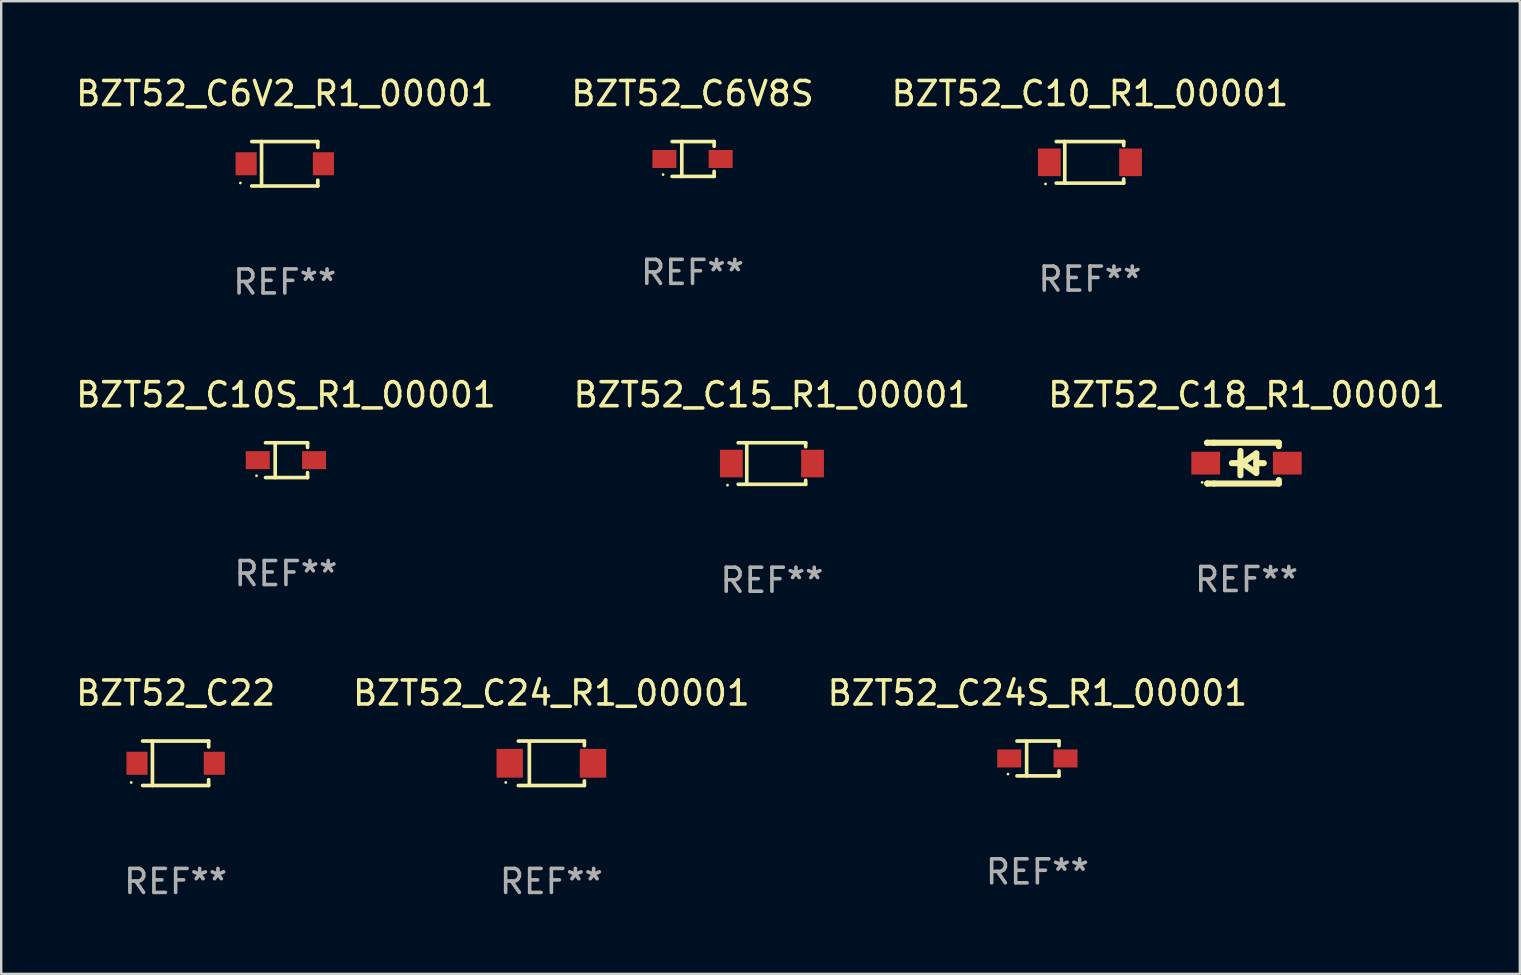
<source format=kicad_pcb>
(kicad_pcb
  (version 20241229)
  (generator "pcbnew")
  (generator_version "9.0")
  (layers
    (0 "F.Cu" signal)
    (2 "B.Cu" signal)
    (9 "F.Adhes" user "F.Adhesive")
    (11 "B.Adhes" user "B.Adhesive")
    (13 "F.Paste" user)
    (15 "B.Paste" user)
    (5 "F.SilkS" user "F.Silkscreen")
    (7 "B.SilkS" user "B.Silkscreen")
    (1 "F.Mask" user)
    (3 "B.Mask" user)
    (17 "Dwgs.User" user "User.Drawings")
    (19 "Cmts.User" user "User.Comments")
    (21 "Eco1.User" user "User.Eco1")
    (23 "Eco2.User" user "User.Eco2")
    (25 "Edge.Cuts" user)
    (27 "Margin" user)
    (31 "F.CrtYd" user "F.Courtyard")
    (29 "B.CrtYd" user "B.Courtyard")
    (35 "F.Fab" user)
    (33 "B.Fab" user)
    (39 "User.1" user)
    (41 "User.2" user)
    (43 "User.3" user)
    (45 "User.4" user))
  (footprint "BZT52_C24S_R1_00001"
    (layer "F.Cu")
    (at 40.173 28.552)
    (property "Reference" "BZT52_C24S_R1_00001" (at 0 -2.726 0) (layer "F.SilkS") (effects (font (size 1 1) (thickness 0.15))))
    (attr through_hole)
    (fp_line (start -0.851 -0.726) (end 0.901 -0.726) (stroke (width 0.152) (type solid)) (layer "F.SilkS"))
    (fp_line (start -0.851 0.726) (end 0.901 0.726) (stroke (width 0.152) (type solid)) (layer "F.SilkS"))
    (fp_line (start -0.447 -0.726) (end -0.447 0.726) (stroke (width 0.152) (type solid)) (layer "F.SilkS"))
    (fp_line (start 0.901 -0.726) (end 0.901 -0.53) (stroke (width 0.152) (type solid)) (layer "F.SilkS"))
    (fp_line (start 0.901 0.726) (end 0.901 0.52) (stroke (width 0.152) (type solid)) (layer "F.SilkS"))
    (fp_circle (center -1.225 0.65) (end -1.195 0.65) (stroke (width 0.06) (type solid)) (fill no) (layer "F.SilkS"))
    (fp_text user "REF**" (at 0 4.726 0) (layer "F.Fab") (effects (font (size 1 1) (thickness 0.15))))
    (pad "1" smd rect (at -1.173 0) (size 1 0.75) (layers "F.Cu" "F.Mask" "F.Paste"))
    (pad "2" smd rect (at 1.173 0) (size 1 0.75) (layers "F.Cu" "F.Mask" "F.Paste")))
  (footprint "BZT52_C15_R1_00001"
    (layer "F.Cu")
    (at 29.113 16.263)
    (property "Reference" "BZT52_C15_R1_00001" (at 0 -2.866 0) (layer "F.SilkS") (effects (font (size 1 1) (thickness 0.15))))
    (attr through_hole)
    (fp_line (start -1.406 -0.866) (end 1.406 -0.866) (stroke (width 0.152) (type solid)) (layer "F.SilkS"))
    (fp_line (start -1.406 0.866) (end 1.406 0.866) (stroke (width 0.152) (type solid)) (layer "F.SilkS"))
    (fp_line (start -1.049 -0.866) (end -1.049 0.866) (stroke (width 0.152) (type solid)) (layer "F.SilkS"))
    (fp_line (start 1.406 -0.866) (end 1.406 -0.698) (stroke (width 0.152) (type solid)) (layer "F.SilkS"))
    (fp_line (start 1.406 0.866) (end 1.406 0.698) (stroke (width 0.152) (type solid)) (layer "F.SilkS"))
    (fp_circle (center -1.851 0.9) (end -1.821 0.9) (stroke (width 0.06) (type solid)) (fill no) (layer "F.SilkS"))
    (fp_text user "REF**" (at 0 4.866 0) (layer "F.Fab") (effects (font (size 1 1) (thickness 0.15))))
    (pad "1" smd rect (at -1.692 0) (size 0.95 1.15) (layers "F.Cu" "F.Mask" "F.Paste"))
    (pad "2" smd rect (at 1.692 0) (size 0.95 1.15) (layers "F.Cu" "F.Mask" "F.Paste")))
  (footprint "BZT52_C24_R1_00001"
    (layer "F.Cu")
    (at 19.923 28.752)
    (property "Reference" "BZT52_C24_R1_00001" (at 0 -2.926 0) (layer "F.SilkS") (effects (font (size 1 1) (thickness 0.15))))
    (attr through_hole)
    (fp_line (start -1.376 -0.926) (end 1.376 -0.926) (stroke (width 0.152) (type solid)) (layer "F.SilkS"))
    (fp_line (start -1.376 0.926) (end 1.376 0.926) (stroke (width 0.152) (type solid)) (layer "F.SilkS"))
    (fp_line (start -0.917 -0.876) (end -0.917 0.876) (stroke (width 0.152) (type solid)) (layer "F.SilkS"))
    (fp_line (start 1.376 -0.926) (end 1.376 -0.733) (stroke (width 0.152) (type solid)) (layer "F.SilkS"))
    (fp_line (start 1.376 0.926) (end 1.376 0.733) (stroke (width 0.152) (type solid)) (layer "F.SilkS"))
    (fp_circle (center -1.9 0.8) (end -1.87 0.8) (stroke (width 0.06) (type solid)) (fill no) (layer "F.SilkS"))
    (fp_text user "REF**" (at 0 4.926 0) (layer "F.Fab") (effects (font (size 1 1) (thickness 0.15))))
    (pad "1" smd rect (at -1.735 -0.000025) (size 1.1 1.2) (layers "F.Cu" "F.Mask" "F.Paste"))
    (pad "2" smd rect (at 1.735 -0.000025) (size 1.1 1.2) (layers "F.Cu" "F.Mask" "F.Paste")))
  (footprint "BZT52_C22"
    (layer "F.Cu")
    (at 4.268 28.752)
    (property "Reference" "BZT52_C22" (at 0 -2.926 0) (layer "F.SilkS") (effects (font (size 1 1) (thickness 0.15))))
    (attr through_hole)
    (fp_line (start -1.376 -0.926) (end 1.376 -0.926) (stroke (width 0.152) (type solid)) (layer "F.SilkS"))
    (fp_line (start -1.376 0.926) (end 1.376 0.926) (stroke (width 0.152) (type solid)) (layer "F.SilkS"))
    (fp_line (start -0.967 -0.926) (end -0.967 0.926) (stroke (width 0.152) (type solid)) (layer "F.SilkS"))
    (fp_line (start 1.376 -0.926) (end 1.376 -0.683) (stroke (width 0.152) (type solid)) (layer "F.SilkS"))
    (fp_line (start 1.376 0.926) (end 1.376 0.683) (stroke (width 0.152) (type solid)) (layer "F.SilkS"))
    (fp_circle (center -1.85 0.8) (end -1.82 0.8) (stroke (width 0.06) (type solid)) (fill no) (layer "F.SilkS"))
    (fp_text user "REF**" (at 0 4.926 0) (layer "F.Fab") (effects (font (size 1 1) (thickness 0.15))))
    (pad "1" smd rect (at -1.61 0) (size 0.88 0.96) (layers "F.Cu" "F.Mask" "F.Paste"))
    (pad "2" smd rect (at 1.61 0) (size 0.88 0.96) (layers "F.Cu" "F.Mask" "F.Paste")))
  (footprint "BZT52_C6V8S"
    (layer "F.Cu")
    (at 25.804 3.574)
    (property "Reference" "BZT52_C6V8S" (at 0 -2.726 0) (layer "F.SilkS") (effects (font (size 1 1) (thickness 0.15))))
    (attr through_hole)
    (fp_line (start -0.851 -0.726) (end 0.901 -0.726) (stroke (width 0.152) (type solid)) (layer "F.SilkS"))
    (fp_line (start -0.851 0.726) (end 0.901 0.726) (stroke (width 0.152) (type solid)) (layer "F.SilkS"))
    (fp_line (start -0.447 -0.726) (end -0.447 0.726) (stroke (width 0.152) (type solid)) (layer "F.SilkS"))
    (fp_line (start 0.901 -0.726) (end 0.901 -0.53) (stroke (width 0.152) (type solid)) (layer "F.SilkS"))
    (fp_line (start 0.901 0.726) (end 0.901 0.52) (stroke (width 0.152) (type solid)) (layer "F.SilkS"))
    (fp_circle (center -1.225 0.65) (end -1.195 0.65) (stroke (width 0.06) (type solid)) (fill no) (layer "F.SilkS"))
    (fp_text user "REF**" (at 0 4.726 0) (layer "F.Fab") (effects (font (size 1 1) (thickness 0.15))))
    (pad "1" smd rect (at -1.173 0) (size 1 0.75) (layers "F.Cu" "F.Mask" "F.Paste"))
    (pad "2" smd rect (at 1.173 0) (size 1 0.75) (layers "F.Cu" "F.Mask" "F.Paste")))
  (footprint "BZT52_C10_R1_00001"
    (layer "F.Cu")
    (at 42.363 3.714)
    (property "Reference" "BZT52_C10_R1_00001" (at 0 -2.866 0) (layer "F.SilkS") (effects (font (size 1 1) (thickness 0.15))))
    (attr through_hole)
    (fp_line (start -1.406 -0.866) (end 1.406 -0.866) (stroke (width 0.152) (type solid)) (layer "F.SilkS"))
    (fp_line (start -1.406 0.866) (end 1.406 0.866) (stroke (width 0.152) (type solid)) (layer "F.SilkS"))
    (fp_line (start -1.049 -0.866) (end -1.049 0.866) (stroke (width 0.152) (type solid)) (layer "F.SilkS"))
    (fp_line (start 1.406 -0.866) (end 1.406 -0.698) (stroke (width 0.152) (type solid)) (layer "F.SilkS"))
    (fp_line (start 1.406 0.866) (end 1.406 0.698) (stroke (width 0.152) (type solid)) (layer "F.SilkS"))
    (fp_circle (center -1.851 0.9) (end -1.821 0.9) (stroke (width 0.06) (type solid)) (fill no) (layer "F.SilkS"))
    (fp_text user "REF**" (at 0 4.866 0) (layer "F.Fab") (effects (font (size 1 1) (thickness 0.15))))
    (pad "1" smd rect (at -1.692 0) (size 0.95 1.15) (layers "F.Cu" "F.Mask" "F.Paste"))
    (pad "2" smd rect (at 1.692 0) (size 0.95 1.15) (layers "F.Cu" "F.Mask" "F.Paste")))
  (footprint "BZT52_C10S_R1_00001"
    (layer "F.Cu")
    (at 8.863 16.123)
    (property "Reference" "BZT52_C10S_R1_00001" (at 0 -2.726 0) (layer "F.SilkS") (effects (font (size 1 1) (thickness 0.15))))
    (attr through_hole)
    (fp_line (start -0.851 -0.726) (end 0.901 -0.726) (stroke (width 0.152) (type solid)) (layer "F.SilkS"))
    (fp_line (start -0.851 0.726) (end 0.901 0.726) (stroke (width 0.152) (type solid)) (layer "F.SilkS"))
    (fp_line (start -0.447 -0.726) (end -0.447 0.726) (stroke (width 0.152) (type solid)) (layer "F.SilkS"))
    (fp_line (start 0.901 -0.726) (end 0.901 -0.53) (stroke (width 0.152) (type solid)) (layer "F.SilkS"))
    (fp_line (start 0.901 0.726) (end 0.901 0.52) (stroke (width 0.152) (type solid)) (layer "F.SilkS"))
    (fp_circle (center -1.225 0.65) (end -1.195 0.65) (stroke (width 0.06) (type solid)) (fill no) (layer "F.SilkS"))
    (fp_text user "REF**" (at 0 4.726 0) (layer "F.Fab") (effects (font (size 1 1) (thickness 0.15))))
    (pad "1" smd rect (at -1.173 0) (size 1 0.75) (layers "F.Cu" "F.Mask" "F.Paste"))
    (pad "2" smd rect (at 1.173 0) (size 1 0.75) (layers "F.Cu" "F.Mask" "F.Paste")))
  (footprint "BZT52_C18_R1_00001"
    (layer "F.Cu")
    (at 48.887 16.247)
    (property "Reference" "BZT52_C18_R1_00001" (at 0 -2.85 0) (layer "F.SilkS") (effects (font (size 1 1) (thickness 0.15))))
    (attr through_hole)
    (fp_line (start -1.643 -0.85) (end -1.644 -0.849) (stroke (width 0.254) (type solid)) (layer "F.SilkS"))
    (fp_line (start -1.638 0.85) (end -1.639 0.849) (stroke (width 0.254) (type solid)) (layer "F.SilkS"))
    (fp_line (start -1.346 -0.85) (end -1.643 -0.85) (stroke (width 0.254) (type solid)) (layer "F.SilkS"))
    (fp_line (start -1.346 -0.85) (end 1.346 -0.85) (stroke (width 0.254) (type solid)) (layer "F.SilkS"))
    (fp_line (start -1.346 0.85) (end -1.638 0.85) (stroke (width 0.254) (type solid)) (layer "F.SilkS"))
    (fp_line (start -0.28 0) (end -0.61 0) (stroke (width 0.254) (type solid)) (layer "F.SilkS"))
    (fp_line (start -0.254 -0.508) (end -0.254 0.508) (stroke (width 0.254) (type solid)) (layer "F.SilkS"))
    (fp_line (start -0.178 0) (end 0.406 -0.406) (stroke (width 0.254) (type solid)) (layer "F.SilkS"))
    (fp_line (start 0.406 -0.406) (end 0.406 0.406) (stroke (width 0.254) (type solid)) (layer "F.SilkS"))
    (fp_line (start 0.406 -0.000254) (end 0.72 -0.000254) (stroke (width 0.254) (type solid)) (layer "F.SilkS"))
    (fp_line (start 0.406 0.406) (end -0.178 0) (stroke (width 0.254) (type solid)) (layer "F.SilkS"))
    (fp_line (start 1.346 -0.85) (end 1.346 -0.706) (stroke (width 0.254) (type solid)) (layer "F.SilkS"))
    (fp_line (start 1.346 0.706) (end 1.346 0.85) (stroke (width 0.254) (type solid)) (layer "F.SilkS"))
    (fp_line (start 1.346 0.85) (end -1.346 0.85) (stroke (width 0.254) (type solid)) (layer "F.SilkS"))
    (fp_circle (center -1.85 0.8) (end -1.82 0.8) (stroke (width 0.06) (type solid)) (fill no) (layer "F.SilkS"))
    (fp_text user "REF**" (at 0 4.85 0) (layer "F.Fab") (effects (font (size 1 1) (thickness 0.15))))
    (pad "1" smd rect (at -1.7 0) (size 1.2 0.95) (layers "F.Cu" "F.Mask" "F.Paste"))
    (pad "2" smd rect (at 1.7 0) (size 1.2 0.95) (layers "F.Cu" "F.Mask" "F.Paste")))
  (footprint "BZT52_C6V2_R1_00001"
    (layer "F.Cu")
    (at 8.815 3.774)
    (property "Reference" "BZT52_C6V2_R1_00001" (at 0 -2.926 0) (layer "F.SilkS") (effects (font (size 1 1) (thickness 0.15))))
    (attr through_hole)
    (fp_line (start -1.376 -0.926) (end 1.376 -0.926) (stroke (width 0.152) (type solid)) (layer "F.SilkS"))
    (fp_line (start -1.376 0.926) (end 1.376 0.926) (stroke (width 0.152) (type solid)) (layer "F.SilkS"))
    (fp_line (start -0.967 -0.926) (end -0.967 0.926) (stroke (width 0.152) (type solid)) (layer "F.SilkS"))
    (fp_line (start 1.376 -0.926) (end 1.376 -0.683) (stroke (width 0.152) (type solid)) (layer "F.SilkS"))
    (fp_line (start 1.376 0.926) (end 1.376 0.683) (stroke (width 0.152) (type solid)) (layer "F.SilkS"))
    (fp_circle (center -1.85 0.8) (end -1.82 0.8) (stroke (width 0.06) (type solid)) (fill no) (layer "F.SilkS"))
    (fp_text user "REF**" (at 0 4.926 0) (layer "F.Fab") (effects (font (size 1 1) (thickness 0.15))))
    (pad "1" smd rect (at -1.61 0) (size 0.88 0.96) (layers "F.Cu" "F.Mask" "F.Paste"))
    (pad "2" smd rect (at 1.61 0) (size 0.88 0.96) (layers "F.Cu" "F.Mask" "F.Paste")))
  (gr_rect
    (start -3 -3)
    (end 60.274 37.527)
    (stroke (width 0.1) (type default))
    (fill no)
    (layer "Edge.Cuts")))
</source>
